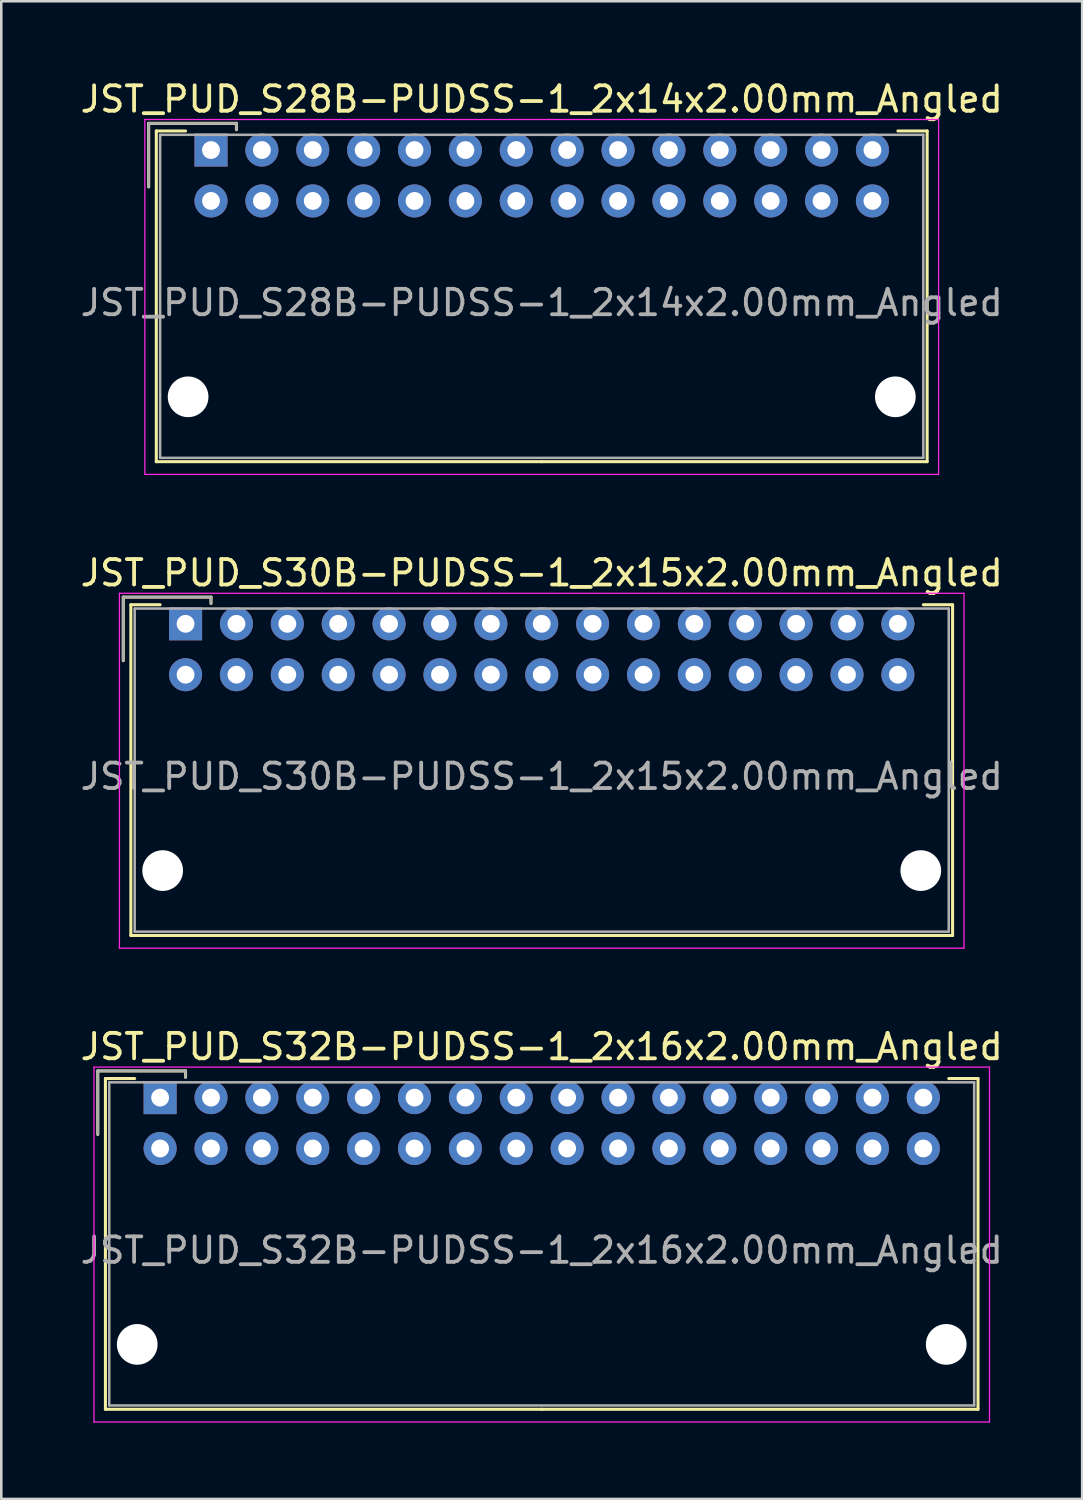
<source format=kicad_pcb>
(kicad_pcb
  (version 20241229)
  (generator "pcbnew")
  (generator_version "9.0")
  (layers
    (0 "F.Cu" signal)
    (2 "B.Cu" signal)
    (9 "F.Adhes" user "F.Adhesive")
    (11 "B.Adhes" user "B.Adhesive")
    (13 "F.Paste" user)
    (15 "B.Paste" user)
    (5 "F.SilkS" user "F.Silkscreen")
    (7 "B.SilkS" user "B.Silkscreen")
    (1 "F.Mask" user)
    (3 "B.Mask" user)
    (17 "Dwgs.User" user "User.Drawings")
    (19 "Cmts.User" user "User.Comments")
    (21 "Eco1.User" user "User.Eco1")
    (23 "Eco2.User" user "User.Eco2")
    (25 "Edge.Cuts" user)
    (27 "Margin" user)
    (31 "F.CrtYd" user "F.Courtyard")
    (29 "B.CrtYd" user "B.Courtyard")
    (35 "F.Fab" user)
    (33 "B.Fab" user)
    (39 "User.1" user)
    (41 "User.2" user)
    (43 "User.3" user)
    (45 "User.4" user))
  (footprint "JST_PUD_S32B-PUDSS-1_2x16x2.00mm_Angled"
    (layer "F.Cu")
    (at 3.244 40.095)
    (property "Reference" "JST_PUD_S32B-PUDSS-1_2x16x2.00mm_Angled" (at 15 -2 0) (layer "F.SilkS") (effects (font (size 1 1) (thickness 0.15))))
    (attr through_hole)
    (fp_line (start -2.45 -1.05) (end -2.45 1.45) (stroke (width 0.12) (type solid)) (layer "F.SilkS"))
    (fp_line (start -2.15 -0.75) (end -2.15 12.25) (stroke (width 0.12) (type solid)) (layer "F.SilkS"))
    (fp_line (start -2.15 12.25) (end 15 12.25) (stroke (width 0.12) (type solid)) (layer "F.SilkS"))
    (fp_line (start -1 -0.75) (end -2.15 -0.75) (stroke (width 0.12) (type solid)) (layer "F.SilkS"))
    (fp_line (start 1 -1.05) (end -2.45 -1.05) (stroke (width 0.12) (type solid)) (layer "F.SilkS"))
    (fp_line (start 1 -0.8) (end 1 -1.05) (stroke (width 0.12) (type solid)) (layer "F.SilkS"))
    (fp_line (start 31 -0.75) (end 32.15 -0.75) (stroke (width 0.12) (type solid)) (layer "F.SilkS"))
    (fp_line (start 32.15 -0.75) (end 32.15 12.25) (stroke (width 0.12) (type solid)) (layer "F.SilkS"))
    (fp_line (start 32.15 12.25) (end 15 12.25) (stroke (width 0.12) (type solid)) (layer "F.SilkS"))
    (fp_line (start -2.6 -1.2) (end -2.6 12.75) (stroke (width 0.05) (type solid)) (layer "F.CrtYd"))
    (fp_line (start -2.6 12.75) (end 32.6 12.75) (stroke (width 0.05) (type solid)) (layer "F.CrtYd"))
    (fp_line (start 32.6 -1.2) (end -2.6 -1.2) (stroke (width 0.05) (type solid)) (layer "F.CrtYd"))
    (fp_line (start 32.6 12.75) (end 32.6 -1.2) (stroke (width 0.05) (type solid)) (layer "F.CrtYd"))
    (fp_line (start -2.45 -1.05) (end -2.45 1.45) (stroke (width 0.1) (type solid)) (layer "F.Fab"))
    (fp_line (start -2 -0.6) (end -2 12.1) (stroke (width 0.1) (type solid)) (layer "F.Fab"))
    (fp_line (start -2 12.1) (end 32 12.1) (stroke (width 0.1) (type solid)) (layer "F.Fab"))
    (fp_line (start 1 -1.05) (end -2.45 -1.05) (stroke (width 0.1) (type solid)) (layer "F.Fab"))
    (fp_line (start 1 -0.8) (end 1 -1.05) (stroke (width 0.1) (type solid)) (layer "F.Fab"))
    (fp_line (start 32 -0.6) (end -2 -0.6) (stroke (width 0.1) (type solid)) (layer "F.Fab"))
    (fp_line (start 32 12.1) (end 32 -0.6) (stroke (width 0.1) (type solid)) (layer "F.Fab"))
    (fp_text user "${REFERENCE}" (at 15 6 0) (layer "F.Fab") (effects (font (size 1 1) (thickness 0.15))))
    (pad "" np_thru_hole circle (at -0.9 9.7) (size 1.6 1.6) (drill 1.6) (layers "*.Cu"))
    (pad "" np_thru_hole circle (at 30.9 9.7) (size 1.6 1.6) (drill 1.6) (layers "*.Cu"))
    (pad "1" thru_hole rect (at 0 0) (size 1.3 1.3) (drill 0.7) (layers "*.Cu" "*.Mask"))
    (pad "2" thru_hole circle (at 0 2) (size 1.3 1.3) (drill 0.7) (layers "*.Cu" "*.Mask"))
    (pad "3" thru_hole circle (at 2 0) (size 1.3 1.3) (drill 0.7) (layers "*.Cu" "*.Mask"))
    (pad "4" thru_hole circle (at 2 2) (size 1.3 1.3) (drill 0.7) (layers "*.Cu" "*.Mask"))
    (pad "5" thru_hole circle (at 4 0) (size 1.3 1.3) (drill 0.7) (layers "*.Cu" "*.Mask"))
    (pad "6" thru_hole circle (at 4 2) (size 1.3 1.3) (drill 0.7) (layers "*.Cu" "*.Mask"))
    (pad "7" thru_hole circle (at 6 0) (size 1.3 1.3) (drill 0.7) (layers "*.Cu" "*.Mask"))
    (pad "8" thru_hole circle (at 6 2) (size 1.3 1.3) (drill 0.7) (layers "*.Cu" "*.Mask"))
    (pad "9" thru_hole circle (at 8 0) (size 1.3 1.3) (drill 0.7) (layers "*.Cu" "*.Mask"))
    (pad "10" thru_hole circle (at 8 2) (size 1.3 1.3) (drill 0.7) (layers "*.Cu" "*.Mask"))
    (pad "11" thru_hole circle (at 10 0) (size 1.3 1.3) (drill 0.7) (layers "*.Cu" "*.Mask"))
    (pad "12" thru_hole circle (at 10 2) (size 1.3 1.3) (drill 0.7) (layers "*.Cu" "*.Mask"))
    (pad "13" thru_hole circle (at 12 0) (size 1.3 1.3) (drill 0.7) (layers "*.Cu" "*.Mask"))
    (pad "14" thru_hole circle (at 12 2) (size 1.3 1.3) (drill 0.7) (layers "*.Cu" "*.Mask"))
    (pad "15" thru_hole circle (at 14 0) (size 1.3 1.3) (drill 0.7) (layers "*.Cu" "*.Mask"))
    (pad "16" thru_hole circle (at 14 2) (size 1.3 1.3) (drill 0.7) (layers "*.Cu" "*.Mask"))
    (pad "17" thru_hole circle (at 16 0) (size 1.3 1.3) (drill 0.7) (layers "*.Cu" "*.Mask"))
    (pad "18" thru_hole circle (at 16 2) (size 1.3 1.3) (drill 0.7) (layers "*.Cu" "*.Mask"))
    (pad "19" thru_hole circle (at 18 0) (size 1.3 1.3) (drill 0.7) (layers "*.Cu" "*.Mask"))
    (pad "20" thru_hole circle (at 18 2) (size 1.3 1.3) (drill 0.7) (layers "*.Cu" "*.Mask"))
    (pad "21" thru_hole circle (at 20 0) (size 1.3 1.3) (drill 0.7) (layers "*.Cu" "*.Mask"))
    (pad "22" thru_hole circle (at 20 2) (size 1.3 1.3) (drill 0.7) (layers "*.Cu" "*.Mask"))
    (pad "23" thru_hole circle (at 22 0) (size 1.3 1.3) (drill 0.7) (layers "*.Cu" "*.Mask"))
    (pad "24" thru_hole circle (at 22 2) (size 1.3 1.3) (drill 0.7) (layers "*.Cu" "*.Mask"))
    (pad "25" thru_hole circle (at 24 0) (size 1.3 1.3) (drill 0.7) (layers "*.Cu" "*.Mask"))
    (pad "26" thru_hole circle (at 24 2) (size 1.3 1.3) (drill 0.7) (layers "*.Cu" "*.Mask"))
    (pad "27" thru_hole circle (at 26 0) (size 1.3 1.3) (drill 0.7) (layers "*.Cu" "*.Mask"))
    (pad "28" thru_hole circle (at 26 2) (size 1.3 1.3) (drill 0.7) (layers "*.Cu" "*.Mask"))
    (pad "29" thru_hole circle (at 28 0) (size 1.3 1.3) (drill 0.7) (layers "*.Cu" "*.Mask"))
    (pad "30" thru_hole circle (at 28 2) (size 1.3 1.3) (drill 0.7) (layers "*.Cu" "*.Mask"))
    (pad "31" thru_hole circle (at 30 0) (size 1.3 1.3) (drill 0.7) (layers "*.Cu" "*.Mask"))
    (pad "32" thru_hole circle (at 30 2) (size 1.3 1.3) (drill 0.7) (layers "*.Cu" "*.Mask")))
  (footprint "JST_PUD_S30B-PUDSS-1_2x15x2.00mm_Angled"
    (layer "F.Cu")
    (at 4.244 21.471)
    (property "Reference" "JST_PUD_S30B-PUDSS-1_2x15x2.00mm_Angled" (at 14 -2 0) (layer "F.SilkS") (effects (font (size 1 1) (thickness 0.15))))
    (attr through_hole)
    (fp_line (start -2.45 -1.05) (end -2.45 1.45) (stroke (width 0.12) (type solid)) (layer "F.SilkS"))
    (fp_line (start -2.15 -0.75) (end -2.15 12.25) (stroke (width 0.12) (type solid)) (layer "F.SilkS"))
    (fp_line (start -2.15 12.25) (end 14 12.25) (stroke (width 0.12) (type solid)) (layer "F.SilkS"))
    (fp_line (start -1 -0.75) (end -2.15 -0.75) (stroke (width 0.12) (type solid)) (layer "F.SilkS"))
    (fp_line (start 1 -1.05) (end -2.45 -1.05) (stroke (width 0.12) (type solid)) (layer "F.SilkS"))
    (fp_line (start 1 -0.8) (end 1 -1.05) (stroke (width 0.12) (type solid)) (layer "F.SilkS"))
    (fp_line (start 29 -0.75) (end 30.15 -0.75) (stroke (width 0.12) (type solid)) (layer "F.SilkS"))
    (fp_line (start 30.15 -0.75) (end 30.15 12.25) (stroke (width 0.12) (type solid)) (layer "F.SilkS"))
    (fp_line (start 30.15 12.25) (end 14 12.25) (stroke (width 0.12) (type solid)) (layer "F.SilkS"))
    (fp_line (start -2.6 -1.2) (end -2.6 12.75) (stroke (width 0.05) (type solid)) (layer "F.CrtYd"))
    (fp_line (start -2.6 12.75) (end 30.6 12.75) (stroke (width 0.05) (type solid)) (layer "F.CrtYd"))
    (fp_line (start 30.6 -1.2) (end -2.6 -1.2) (stroke (width 0.05) (type solid)) (layer "F.CrtYd"))
    (fp_line (start 30.6 12.75) (end 30.6 -1.2) (stroke (width 0.05) (type solid)) (layer "F.CrtYd"))
    (fp_line (start -2.45 -1.05) (end -2.45 1.45) (stroke (width 0.1) (type solid)) (layer "F.Fab"))
    (fp_line (start -2 -0.6) (end -2 12.1) (stroke (width 0.1) (type solid)) (layer "F.Fab"))
    (fp_line (start -2 12.1) (end 30 12.1) (stroke (width 0.1) (type solid)) (layer "F.Fab"))
    (fp_line (start 1 -1.05) (end -2.45 -1.05) (stroke (width 0.1) (type solid)) (layer "F.Fab"))
    (fp_line (start 1 -0.8) (end 1 -1.05) (stroke (width 0.1) (type solid)) (layer "F.Fab"))
    (fp_line (start 30 -0.6) (end -2 -0.6) (stroke (width 0.1) (type solid)) (layer "F.Fab"))
    (fp_line (start 30 12.1) (end 30 -0.6) (stroke (width 0.1) (type solid)) (layer "F.Fab"))
    (fp_text user "${REFERENCE}" (at 14 6 0) (layer "F.Fab") (effects (font (size 1 1) (thickness 0.15))))
    (pad "" np_thru_hole circle (at -0.9 9.7) (size 1.6 1.6) (drill 1.6) (layers "*.Cu"))
    (pad "" np_thru_hole circle (at 28.9 9.7) (size 1.6 1.6) (drill 1.6) (layers "*.Cu"))
    (pad "1" thru_hole rect (at 0 0) (size 1.3 1.3) (drill 0.7) (layers "*.Cu" "*.Mask"))
    (pad "2" thru_hole circle (at 0 2) (size 1.3 1.3) (drill 0.7) (layers "*.Cu" "*.Mask"))
    (pad "3" thru_hole circle (at 2 0) (size 1.3 1.3) (drill 0.7) (layers "*.Cu" "*.Mask"))
    (pad "4" thru_hole circle (at 2 2) (size 1.3 1.3) (drill 0.7) (layers "*.Cu" "*.Mask"))
    (pad "5" thru_hole circle (at 4 0) (size 1.3 1.3) (drill 0.7) (layers "*.Cu" "*.Mask"))
    (pad "6" thru_hole circle (at 4 2) (size 1.3 1.3) (drill 0.7) (layers "*.Cu" "*.Mask"))
    (pad "7" thru_hole circle (at 6 0) (size 1.3 1.3) (drill 0.7) (layers "*.Cu" "*.Mask"))
    (pad "8" thru_hole circle (at 6 2) (size 1.3 1.3) (drill 0.7) (layers "*.Cu" "*.Mask"))
    (pad "9" thru_hole circle (at 8 0) (size 1.3 1.3) (drill 0.7) (layers "*.Cu" "*.Mask"))
    (pad "10" thru_hole circle (at 8 2) (size 1.3 1.3) (drill 0.7) (layers "*.Cu" "*.Mask"))
    (pad "11" thru_hole circle (at 10 0) (size 1.3 1.3) (drill 0.7) (layers "*.Cu" "*.Mask"))
    (pad "12" thru_hole circle (at 10 2) (size 1.3 1.3) (drill 0.7) (layers "*.Cu" "*.Mask"))
    (pad "13" thru_hole circle (at 12 0) (size 1.3 1.3) (drill 0.7) (layers "*.Cu" "*.Mask"))
    (pad "14" thru_hole circle (at 12 2) (size 1.3 1.3) (drill 0.7) (layers "*.Cu" "*.Mask"))
    (pad "15" thru_hole circle (at 14 0) (size 1.3 1.3) (drill 0.7) (layers "*.Cu" "*.Mask"))
    (pad "16" thru_hole circle (at 14 2) (size 1.3 1.3) (drill 0.7) (layers "*.Cu" "*.Mask"))
    (pad "17" thru_hole circle (at 16 0) (size 1.3 1.3) (drill 0.7) (layers "*.Cu" "*.Mask"))
    (pad "18" thru_hole circle (at 16 2) (size 1.3 1.3) (drill 0.7) (layers "*.Cu" "*.Mask"))
    (pad "19" thru_hole circle (at 18 0) (size 1.3 1.3) (drill 0.7) (layers "*.Cu" "*.Mask"))
    (pad "20" thru_hole circle (at 18 2) (size 1.3 1.3) (drill 0.7) (layers "*.Cu" "*.Mask"))
    (pad "21" thru_hole circle (at 20 0) (size 1.3 1.3) (drill 0.7) (layers "*.Cu" "*.Mask"))
    (pad "22" thru_hole circle (at 20 2) (size 1.3 1.3) (drill 0.7) (layers "*.Cu" "*.Mask"))
    (pad "23" thru_hole circle (at 22 0) (size 1.3 1.3) (drill 0.7) (layers "*.Cu" "*.Mask"))
    (pad "24" thru_hole circle (at 22 2) (size 1.3 1.3) (drill 0.7) (layers "*.Cu" "*.Mask"))
    (pad "25" thru_hole circle (at 24 0) (size 1.3 1.3) (drill 0.7) (layers "*.Cu" "*.Mask"))
    (pad "26" thru_hole circle (at 24 2) (size 1.3 1.3) (drill 0.7) (layers "*.Cu" "*.Mask"))
    (pad "27" thru_hole circle (at 26 0) (size 1.3 1.3) (drill 0.7) (layers "*.Cu" "*.Mask"))
    (pad "28" thru_hole circle (at 26 2) (size 1.3 1.3) (drill 0.7) (layers "*.Cu" "*.Mask"))
    (pad "29" thru_hole circle (at 28 0) (size 1.3 1.3) (drill 0.7) (layers "*.Cu" "*.Mask"))
    (pad "30" thru_hole circle (at 28 2) (size 1.3 1.3) (drill 0.7) (layers "*.Cu" "*.Mask")))
  (footprint "JST_PUD_S28B-PUDSS-1_2x14x2.00mm_Angled"
    (layer "F.Cu")
    (at 5.244 2.848)
    (property "Reference" "JST_PUD_S28B-PUDSS-1_2x14x2.00mm_Angled" (at 13 -2 0) (layer "F.SilkS") (effects (font (size 1 1) (thickness 0.15))))
    (attr through_hole)
    (fp_line (start -2.45 -1.05) (end -2.45 1.45) (stroke (width 0.12) (type solid)) (layer "F.SilkS"))
    (fp_line (start -2.15 -0.75) (end -2.15 12.25) (stroke (width 0.12) (type solid)) (layer "F.SilkS"))
    (fp_line (start -2.15 12.25) (end 13 12.25) (stroke (width 0.12) (type solid)) (layer "F.SilkS"))
    (fp_line (start -1 -0.75) (end -2.15 -0.75) (stroke (width 0.12) (type solid)) (layer "F.SilkS"))
    (fp_line (start 1 -1.05) (end -2.45 -1.05) (stroke (width 0.12) (type solid)) (layer "F.SilkS"))
    (fp_line (start 1 -0.8) (end 1 -1.05) (stroke (width 0.12) (type solid)) (layer "F.SilkS"))
    (fp_line (start 27 -0.75) (end 28.15 -0.75) (stroke (width 0.12) (type solid)) (layer "F.SilkS"))
    (fp_line (start 28.15 -0.75) (end 28.15 12.25) (stroke (width 0.12) (type solid)) (layer "F.SilkS"))
    (fp_line (start 28.15 12.25) (end 13 12.25) (stroke (width 0.12) (type solid)) (layer "F.SilkS"))
    (fp_line (start -2.6 -1.2) (end -2.6 12.75) (stroke (width 0.05) (type solid)) (layer "F.CrtYd"))
    (fp_line (start -2.6 12.75) (end 28.6 12.75) (stroke (width 0.05) (type solid)) (layer "F.CrtYd"))
    (fp_line (start 28.6 -1.2) (end -2.6 -1.2) (stroke (width 0.05) (type solid)) (layer "F.CrtYd"))
    (fp_line (start 28.6 12.75) (end 28.6 -1.2) (stroke (width 0.05) (type solid)) (layer "F.CrtYd"))
    (fp_line (start -2.45 -1.05) (end -2.45 1.45) (stroke (width 0.1) (type solid)) (layer "F.Fab"))
    (fp_line (start -2 -0.6) (end -2 12.1) (stroke (width 0.1) (type solid)) (layer "F.Fab"))
    (fp_line (start -2 12.1) (end 28 12.1) (stroke (width 0.1) (type solid)) (layer "F.Fab"))
    (fp_line (start 1 -1.05) (end -2.45 -1.05) (stroke (width 0.1) (type solid)) (layer "F.Fab"))
    (fp_line (start 1 -0.8) (end 1 -1.05) (stroke (width 0.1) (type solid)) (layer "F.Fab"))
    (fp_line (start 28 -0.6) (end -2 -0.6) (stroke (width 0.1) (type solid)) (layer "F.Fab"))
    (fp_line (start 28 12.1) (end 28 -0.6) (stroke (width 0.1) (type solid)) (layer "F.Fab"))
    (fp_text user "${REFERENCE}" (at 13 6 0) (layer "F.Fab") (effects (font (size 1 1) (thickness 0.15))))
    (pad "" np_thru_hole circle (at -0.9 9.7) (size 1.6 1.6) (drill 1.6) (layers "*.Cu"))
    (pad "" np_thru_hole circle (at 26.9 9.7) (size 1.6 1.6) (drill 1.6) (layers "*.Cu"))
    (pad "1" thru_hole rect (at 0 0) (size 1.3 1.3) (drill 0.7) (layers "*.Cu" "*.Mask"))
    (pad "2" thru_hole circle (at 0 2) (size 1.3 1.3) (drill 0.7) (layers "*.Cu" "*.Mask"))
    (pad "3" thru_hole circle (at 2 0) (size 1.3 1.3) (drill 0.7) (layers "*.Cu" "*.Mask"))
    (pad "4" thru_hole circle (at 2 2) (size 1.3 1.3) (drill 0.7) (layers "*.Cu" "*.Mask"))
    (pad "5" thru_hole circle (at 4 0) (size 1.3 1.3) (drill 0.7) (layers "*.Cu" "*.Mask"))
    (pad "6" thru_hole circle (at 4 2) (size 1.3 1.3) (drill 0.7) (layers "*.Cu" "*.Mask"))
    (pad "7" thru_hole circle (at 6 0) (size 1.3 1.3) (drill 0.7) (layers "*.Cu" "*.Mask"))
    (pad "8" thru_hole circle (at 6 2) (size 1.3 1.3) (drill 0.7) (layers "*.Cu" "*.Mask"))
    (pad "9" thru_hole circle (at 8 0) (size 1.3 1.3) (drill 0.7) (layers "*.Cu" "*.Mask"))
    (pad "10" thru_hole circle (at 8 2) (size 1.3 1.3) (drill 0.7) (layers "*.Cu" "*.Mask"))
    (pad "11" thru_hole circle (at 10 0) (size 1.3 1.3) (drill 0.7) (layers "*.Cu" "*.Mask"))
    (pad "12" thru_hole circle (at 10 2) (size 1.3 1.3) (drill 0.7) (layers "*.Cu" "*.Mask"))
    (pad "13" thru_hole circle (at 12 0) (size 1.3 1.3) (drill 0.7) (layers "*.Cu" "*.Mask"))
    (pad "14" thru_hole circle (at 12 2) (size 1.3 1.3) (drill 0.7) (layers "*.Cu" "*.Mask"))
    (pad "15" thru_hole circle (at 14 0) (size 1.3 1.3) (drill 0.7) (layers "*.Cu" "*.Mask"))
    (pad "16" thru_hole circle (at 14 2) (size 1.3 1.3) (drill 0.7) (layers "*.Cu" "*.Mask"))
    (pad "17" thru_hole circle (at 16 0) (size 1.3 1.3) (drill 0.7) (layers "*.Cu" "*.Mask"))
    (pad "18" thru_hole circle (at 16 2) (size 1.3 1.3) (drill 0.7) (layers "*.Cu" "*.Mask"))
    (pad "19" thru_hole circle (at 18 0) (size 1.3 1.3) (drill 0.7) (layers "*.Cu" "*.Mask"))
    (pad "20" thru_hole circle (at 18 2) (size 1.3 1.3) (drill 0.7) (layers "*.Cu" "*.Mask"))
    (pad "21" thru_hole circle (at 20 0) (size 1.3 1.3) (drill 0.7) (layers "*.Cu" "*.Mask"))
    (pad "22" thru_hole circle (at 20 2) (size 1.3 1.3) (drill 0.7) (layers "*.Cu" "*.Mask"))
    (pad "23" thru_hole circle (at 22 0) (size 1.3 1.3) (drill 0.7) (layers "*.Cu" "*.Mask"))
    (pad "24" thru_hole circle (at 22 2) (size 1.3 1.3) (drill 0.7) (layers "*.Cu" "*.Mask"))
    (pad "25" thru_hole circle (at 24 0) (size 1.3 1.3) (drill 0.7) (layers "*.Cu" "*.Mask"))
    (pad "26" thru_hole circle (at 24 2) (size 1.3 1.3) (drill 0.7) (layers "*.Cu" "*.Mask"))
    (pad "27" thru_hole circle (at 26 0) (size 1.3 1.3) (drill 0.7) (layers "*.Cu" "*.Mask"))
    (pad "28" thru_hole circle (at 26 2) (size 1.3 1.3) (drill 0.7) (layers "*.Cu" "*.Mask")))
  (gr_rect
    (start -3 -3)
    (end 39.488 55.87)
    (stroke (width 0.1) (type default))
    (fill no)
    (layer "Edge.Cuts")))
</source>
